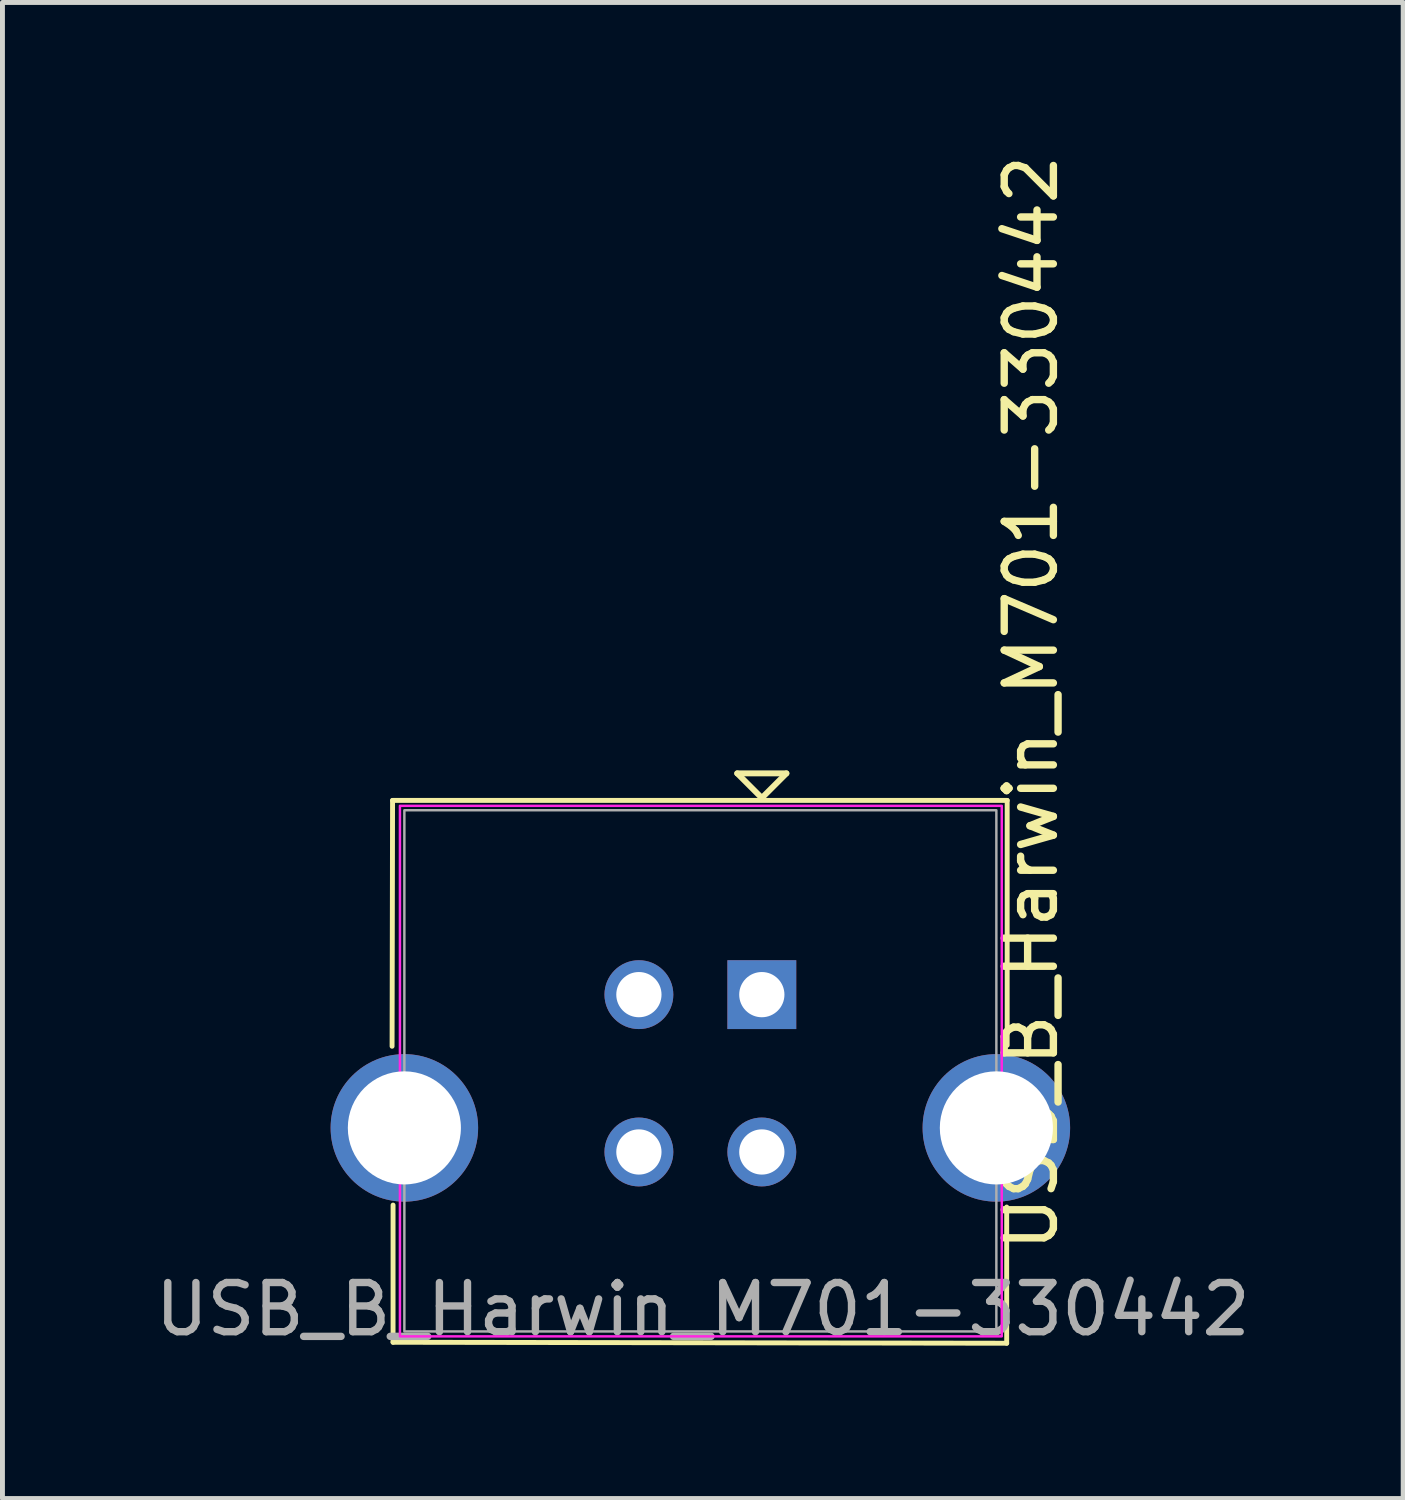
<source format=kicad_pcb>
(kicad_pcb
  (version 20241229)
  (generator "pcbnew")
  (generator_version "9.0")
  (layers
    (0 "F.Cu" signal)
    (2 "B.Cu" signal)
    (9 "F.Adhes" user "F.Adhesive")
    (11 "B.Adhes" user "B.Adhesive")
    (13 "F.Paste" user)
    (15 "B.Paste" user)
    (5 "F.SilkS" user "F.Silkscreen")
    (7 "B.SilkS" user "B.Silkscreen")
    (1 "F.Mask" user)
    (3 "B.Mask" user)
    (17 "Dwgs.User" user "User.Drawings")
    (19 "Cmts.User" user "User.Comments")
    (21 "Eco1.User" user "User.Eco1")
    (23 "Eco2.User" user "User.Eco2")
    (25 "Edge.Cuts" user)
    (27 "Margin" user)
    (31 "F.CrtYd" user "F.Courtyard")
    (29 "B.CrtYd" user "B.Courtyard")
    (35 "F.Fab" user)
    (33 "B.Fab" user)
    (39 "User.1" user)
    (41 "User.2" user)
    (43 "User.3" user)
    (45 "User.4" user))
  (footprint "USB_B_Harwin_M701-330442"
    (layer "F.Cu")
    (at 12.444 17.179)
    (property "Reference" "USB_B_Harwin_M701-330442" (at 5.475 -5.935 270) (layer "F.SilkS") (effects (font (size 1 1) (thickness 0.15))))
    (attr through_hole)
    (fp_line (start -7.52 1.05) (end -7.51 -3.95) (stroke (width 0.1) (type default)) (layer "F.SilkS"))
    (fp_line (start -7.51 -3.95) (end 4.99 -3.95) (stroke (width 0.1) (type default)) (layer "F.SilkS"))
    (fp_line (start -7.5 4.28) (end -7.5 7.07) (stroke (width 0.1) (type default)) (layer "F.SilkS"))
    (fp_line (start -7.5 7.07) (end 4.98 7.09) (stroke (width 0.1) (type default)) (layer "F.SilkS"))
    (fp_line (start -0.5 -4.5) (end 0 -4) (stroke (width 0.12) (type solid)) (layer "F.SilkS"))
    (fp_line (start 0 -4) (end 0.5 -4.5) (stroke (width 0.12) (type solid)) (layer "F.SilkS"))
    (fp_line (start 0.5 -4.5) (end -0.5 -4.5) (stroke (width 0.12) (type solid)) (layer "F.SilkS"))
    (fp_line (start 4.98 7.09) (end 4.98 4.32) (stroke (width 0.1) (type default)) (layer "F.SilkS"))
    (fp_line (start 4.99 -3.95) (end 4.99 1.03) (stroke (width 0.1) (type default)) (layer "F.SilkS"))
    (fp_rect (start -7.36 -3.84) (end 4.88 6.95) (stroke (width 0.05) (type default)) (fill no) (layer "F.CrtYd"))
    (fp_rect (start -7.27 -3.75) (end 4.77 6.85) (stroke (width 0.05) (type default)) (fill no) (layer "F.Fab"))
    (fp_text user "${REFERENCE}" (at -1.2 6.4 0) (layer "F.Fab") (effects (font (size 1 1) (thickness 0.15))))
    (pad "1" thru_hole rect (at 0 0) (size 1.4 1.4) (drill 0.92) (layers "*.Cu" "*.Mask"))
    (pad "2" thru_hole circle (at -2.5 0) (size 1.4 1.4) (drill 0.92) (layers "*.Cu" "*.Mask"))
    (pad "3" thru_hole circle (at -2.5 3.2) (size 1.4 1.4) (drill 0.92) (layers "*.Cu" "*.Mask"))
    (pad "4" thru_hole circle (at 0 3.2) (size 1.4 1.4) (drill 0.92) (layers "*.Cu" "*.Mask"))
    (pad "5" thru_hole circle (at -7.27 2.71) (size 3 3) (drill 2.3) (layers "*.Cu" "*.Mask"))
    (pad "5" thru_hole circle (at 4.77 2.71) (size 3 3) (drill 2.3) (layers "*.Cu" "*.Mask")))
  (gr_rect
    (start -3 -3)
    (end 25.488 27.427)
    (stroke (width 0.1) (type default))
    (fill no)
    (layer "Edge.Cuts")))
</source>
